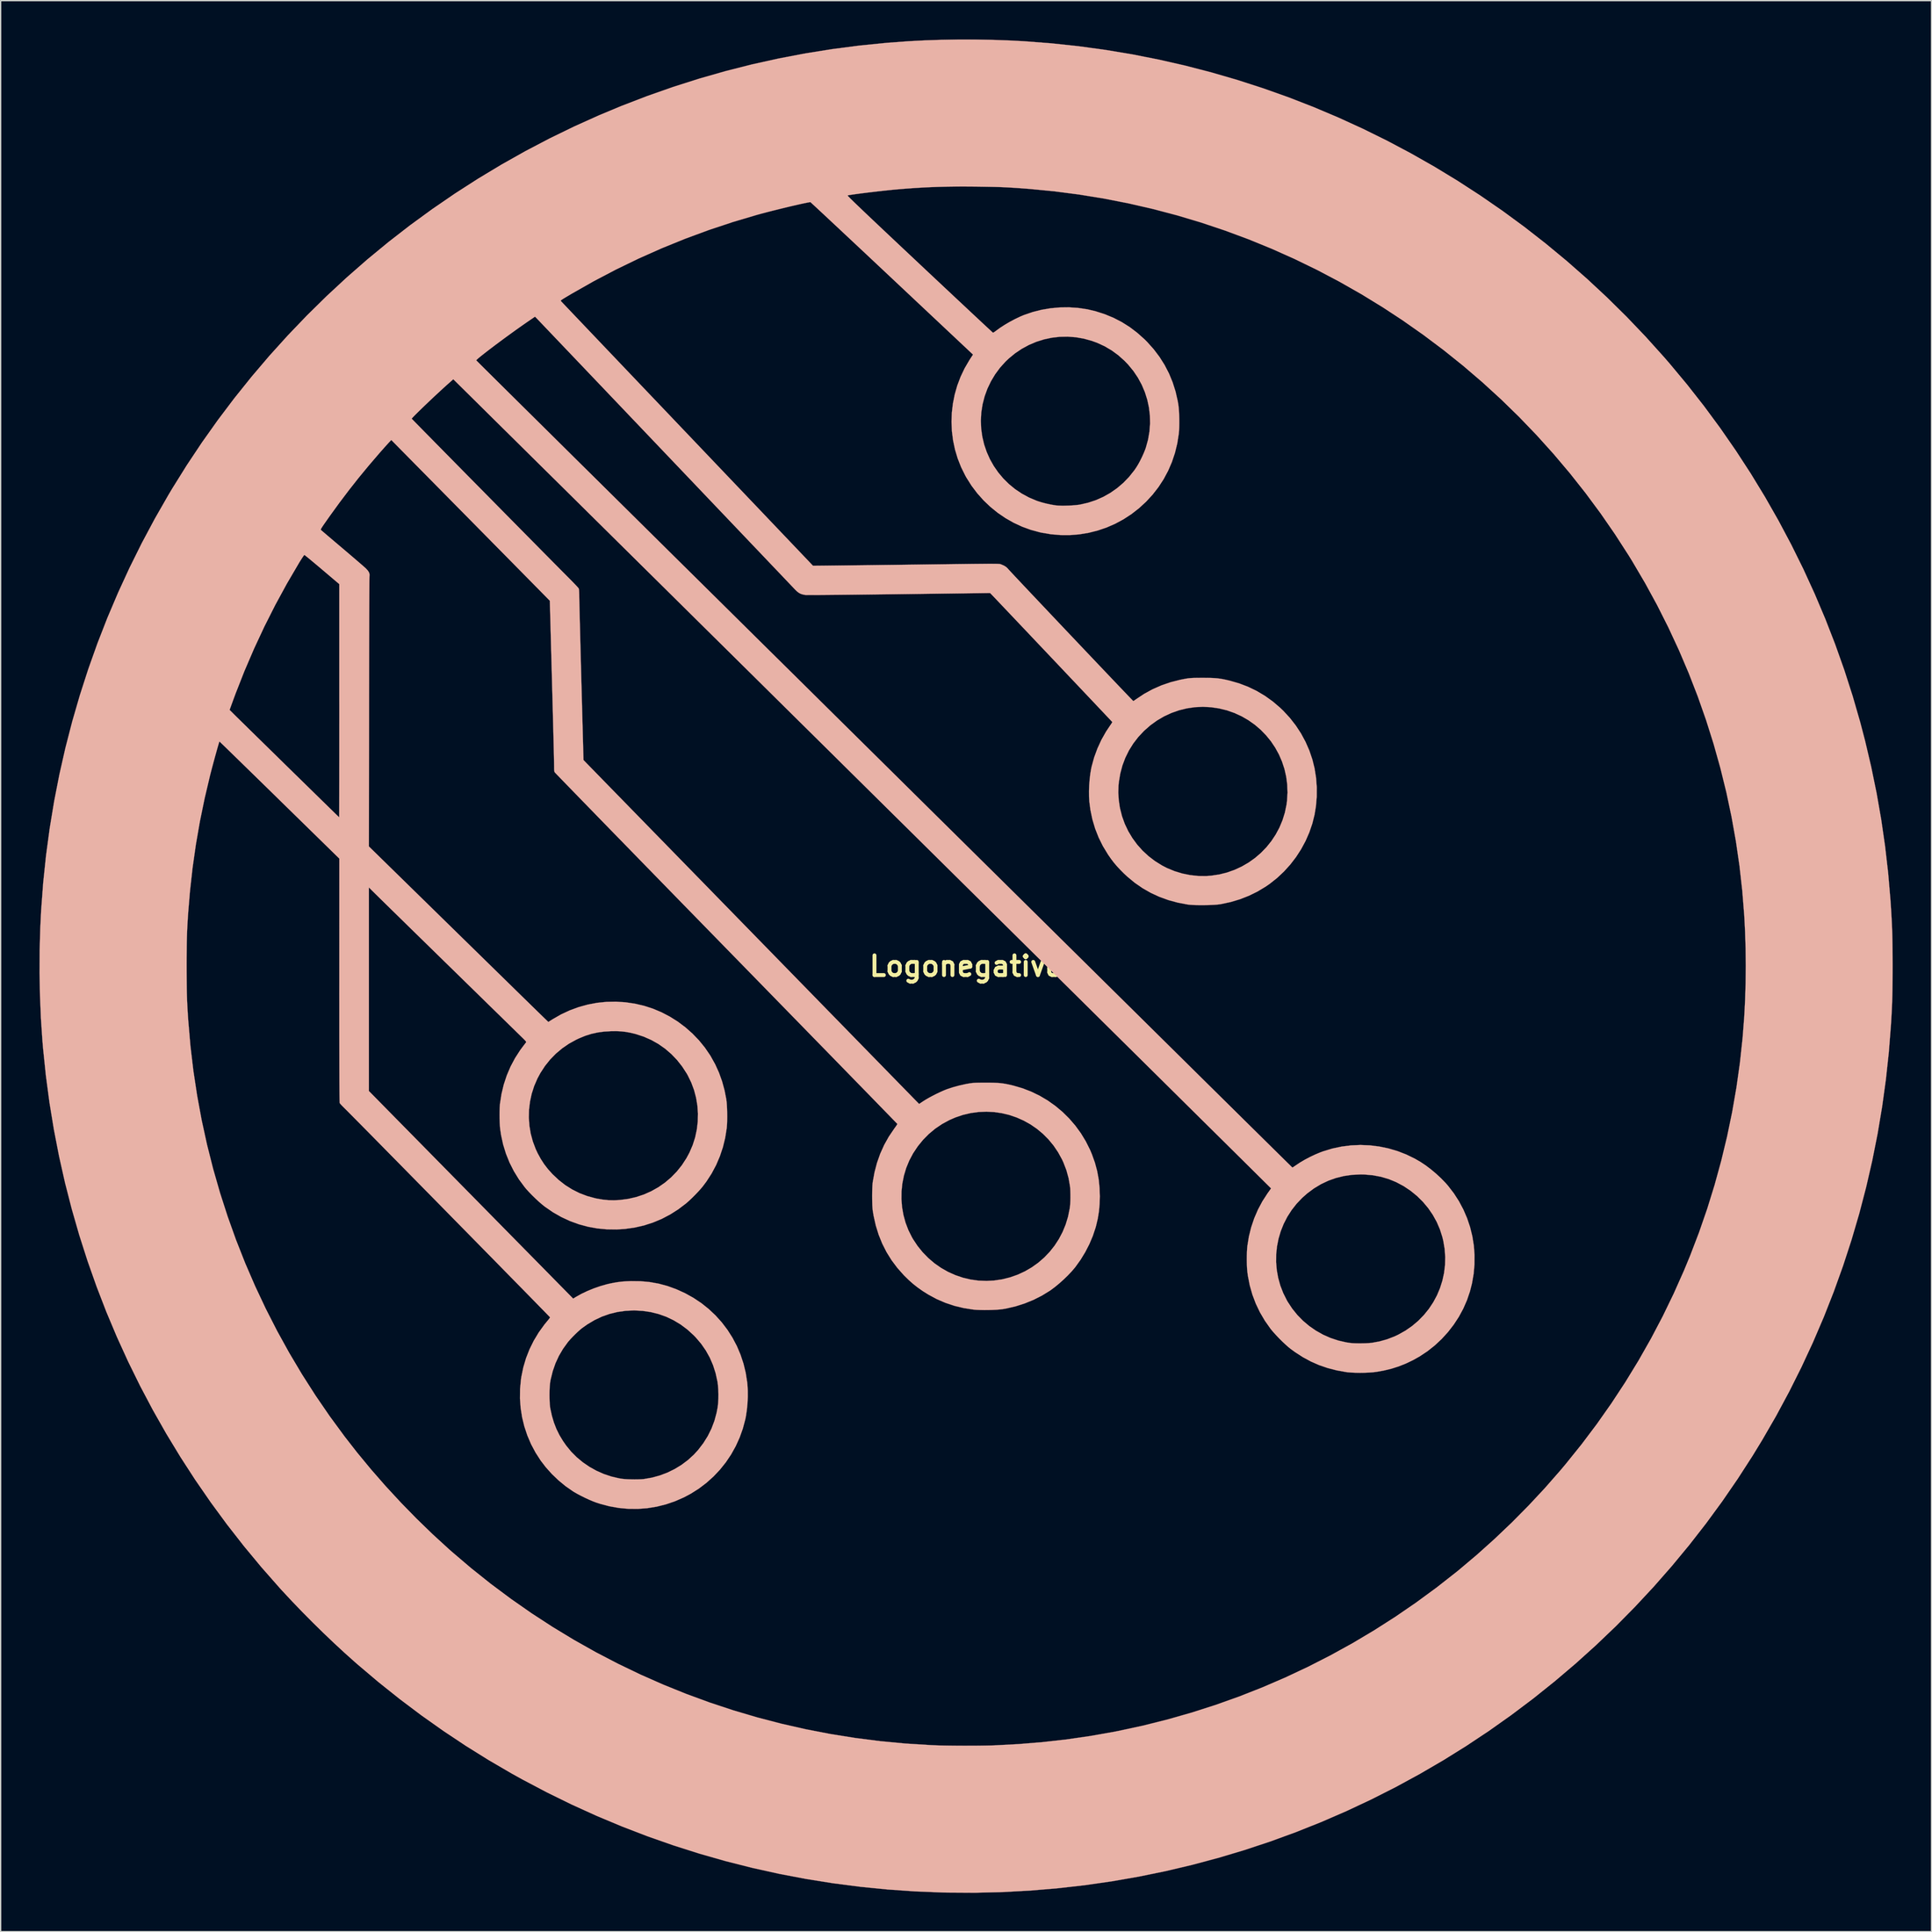
<source format=kicad_pcb>
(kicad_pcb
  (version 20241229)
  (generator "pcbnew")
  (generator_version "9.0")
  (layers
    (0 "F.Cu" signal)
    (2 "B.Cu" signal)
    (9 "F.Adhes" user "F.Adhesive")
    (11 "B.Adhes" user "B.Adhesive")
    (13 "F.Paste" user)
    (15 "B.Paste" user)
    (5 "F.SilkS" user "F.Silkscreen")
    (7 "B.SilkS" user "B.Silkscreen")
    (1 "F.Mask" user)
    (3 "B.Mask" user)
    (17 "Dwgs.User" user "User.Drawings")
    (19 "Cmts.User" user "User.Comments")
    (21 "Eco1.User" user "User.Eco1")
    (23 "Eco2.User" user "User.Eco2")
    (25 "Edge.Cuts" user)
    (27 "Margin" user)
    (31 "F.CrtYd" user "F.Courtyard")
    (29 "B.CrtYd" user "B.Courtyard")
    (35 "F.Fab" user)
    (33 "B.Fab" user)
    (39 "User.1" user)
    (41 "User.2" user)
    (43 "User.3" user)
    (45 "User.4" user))
  (footprint "Logonegative"
    (layer "F.Cu")
    (at 71.58 71.586)
    (property "Reference" "Logonegative" (at 0 0 0) (layer "F.SilkS") (effects (font (size 1.524 1.524) (thickness 0.3))))
    (attr through_hole)
    (fp_poly (pts (xy 0.751 -71.579) (xy 2.076 -71.555) (xy 3.381 -71.509) (xy 4.461 -71.452) (xy 6.572 -71.291) (xy 8.672 -71.068) (xy 10.759 -70.783) (xy 12.832 -70.438) (xy 14.889 -70.032) (xy 16.931 -69.567) (xy 18.954 -69.042) (xy 20.959 -68.459) (xy 22.944 -67.818) (xy 24.908 -67.12) (xy 26.849 -66.365) (xy 28.767 -65.553) (xy 30.661 -64.686) (xy 32.528 -63.765) (xy 34.369 -62.788) (xy 36.182 -61.758) (xy 37.965 -60.674) (xy 39.718 -59.538) (xy 41.439 -58.35) (xy 43.128 -57.11) (xy 44.782 -55.819) (xy 46.401 -54.478) (xy 47.984 -53.087) (xy 49.53 -51.647) (xy 51.037 -50.159) (xy 52.504 -48.622) (xy 53.93 -47.038) (xy 54.343 -46.561) (xy 55.699 -44.934) (xy 57.005 -43.27) (xy 58.26 -41.568) (xy 59.463 -39.832) (xy 60.614 -38.063) (xy 61.712 -36.261) (xy 62.756 -34.43) (xy 63.745 -32.569) (xy 64.679 -30.68) (xy 65.556 -28.766) (xy 66.376 -26.828) (xy 67.139 -24.866) (xy 67.843 -22.883) (xy 68.487 -20.88) (xy 69.071 -18.859) (xy 69.449 -17.415) (xy 69.927 -15.382) (xy 70.343 -13.352) (xy 70.699 -11.318) (xy 70.994 -9.276) (xy 71.231 -7.22) (xy 71.409 -5.142) (xy 71.452 -4.508) (xy 71.479 -4.062) (xy 71.502 -3.646) (xy 71.522 -3.251) (xy 71.538 -2.866) (xy 71.551 -2.481) (xy 71.561 -2.087) (xy 71.568 -1.673) (xy 71.573 -1.229) (xy 71.576 -0.746) (xy 71.578 -0.213) (xy 71.578 0) (xy 71.577 0.554) (xy 71.575 1.054) (xy 71.57 1.512) (xy 71.564 1.935) (xy 71.555 2.336) (xy 71.543 2.723) (xy 71.528 3.106) (xy 71.51 3.497) (xy 71.488 3.904) (xy 71.462 4.338) (xy 71.452 4.508) (xy 71.286 6.638) (xy 71.058 8.755) (xy 70.768 10.86) (xy 70.417 12.95) (xy 70.004 15.026) (xy 69.53 17.086) (xy 68.996 19.13) (xy 68.401 21.155) (xy 67.746 23.162) (xy 67.032 25.149) (xy 66.258 27.115) (xy 65.425 29.059) (xy 64.533 30.981) (xy 63.583 32.879) (xy 62.575 34.753) (xy 61.508 36.6) (xy 60.763 37.822) (xy 59.615 39.601) (xy 58.416 41.345) (xy 57.165 43.053) (xy 55.864 44.723) (xy 54.514 46.354) (xy 53.118 47.945) (xy 51.675 49.494) (xy 50.188 51.001) (xy 48.657 52.464) (xy 47.084 53.882) (xy 45.47 55.253) (xy 43.818 56.576) (xy 42.126 57.85) (xy 40.399 59.074) (xy 38.635 60.246) (xy 36.894 61.331) (xy 35.053 62.404) (xy 33.187 63.42) (xy 31.295 64.377) (xy 29.38 65.276) (xy 27.442 66.117) (xy 25.482 66.899) (xy 23.502 67.622) (xy 21.503 68.285) (xy 19.486 68.889) (xy 17.451 69.432) (xy 15.401 69.916) (xy 13.337 70.338) (xy 11.258 70.7) (xy 9.168 71) (xy 7.066 71.238) (xy 4.954 71.415) (xy 2.834 71.53) (xy 0.705 71.582) (xy -1.429 71.571) (xy -1.81 71.563) (xy -3.944 71.478) (xy -6.068 71.33) (xy -8.181 71.12) (xy -10.283 70.848) (xy -12.373 70.514) (xy -14.449 70.119) (xy -16.511 69.662) (xy -18.558 69.144) (xy -20.589 68.565) (xy -22.602 67.925) (xy -24.598 67.225) (xy -26.575 66.465) (xy -28.532 65.646) (xy -30.469 64.766) (xy -32.384 63.827) (xy -34.276 62.829) (xy -35.115 62.364) (xy -36.893 61.326) (xy -38.649 60.231) (xy -40.381 59.078) (xy -42.085 57.872) (xy -43.759 56.612) (xy -45.4 55.303) (xy -47.004 53.945) (xy -47.212 53.763) (xy -48.006 53.053) (xy -48.821 52.299) (xy -49.646 51.513) (xy -50.468 50.707) (xy -51.276 49.891) (xy -52.06 49.076) (xy -52.807 48.275) (xy -53.024 48.037) (xy -54.433 46.436) (xy -55.79 44.8) (xy -57.095 43.129) (xy -58.347 41.424) (xy -59.547 39.686) (xy -60.692 37.917) (xy -61.784 36.118) (xy -62.821 34.29) (xy -63.802 32.435) (xy -64.728 30.553) (xy -65.598 28.645) (xy -66.411 26.714) (xy -67.166 24.759) (xy -67.864 22.783) (xy -68.504 20.786) (xy -69.084 18.77) (xy -69.606 16.736) (xy -70.067 14.684) (xy -70.468 12.617) (xy -70.809 10.536) (xy -71.087 8.441) (xy -71.304 6.334) (xy -71.357 5.699) (xy -71.47 4.002) (xy -71.542 2.272) (xy -71.575 0.525) (xy -71.572 0.016) (xy -60.213 0.016) (xy -60.212 0.509) (xy -60.21 0.947) (xy -60.208 1.341) (xy -60.203 1.697) (xy -60.197 2.027) (xy -60.188 2.339) (xy -60.178 2.641) (xy -60.164 2.943) (xy -60.148 3.254) (xy -60.128 3.584) (xy -60.105 3.94) (xy -60.085 4.223) (xy -59.919 6.159) (xy -59.691 8.086) (xy -59.401 10) (xy -59.05 11.9) (xy -58.638 13.786) (xy -58.166 15.656) (xy -57.634 17.509) (xy -57.043 19.342) (xy -56.394 21.156) (xy -55.687 22.947) (xy -54.922 24.716) (xy -54.101 26.46) (xy -53.223 28.179) (xy -52.289 29.871) (xy -51.3 31.534) (xy -50.256 33.167) (xy -49.158 34.769) (xy -48.006 36.338) (xy -47.041 37.576) (xy -45.964 38.88) (xy -44.834 40.173) (xy -43.66 41.443) (xy -42.451 42.681) (xy -41.217 43.878) (xy -39.967 45.023) (xy -39.734 45.229) (xy -38.242 46.5) (xy -36.716 47.718) (xy -35.155 48.882) (xy -33.563 49.993) (xy -31.939 51.049) (xy -30.286 52.051) (xy -28.604 52.998) (xy -26.894 53.888) (xy -25.159 54.723) (xy -23.398 55.501) (xy -21.614 56.222) (xy -19.808 56.885) (xy -17.98 57.49) (xy -16.133 58.036) (xy -14.267 58.523) (xy -12.383 58.951) (xy -10.483 59.318) (xy -8.569 59.624) (xy -6.64 59.87) (xy -4.699 60.054) (xy -2.747 60.175) (xy -2.27 60.196) (xy -2.004 60.204) (xy -1.685 60.211) (xy -1.324 60.216) (xy -0.931 60.22) (xy -0.516 60.223) (xy -0.091 60.224) (xy 0.336 60.223) (xy 0.752 60.222) (xy 1.149 60.218) (xy 1.515 60.213) (xy 1.84 60.207) (xy 2.114 60.199) (xy 2.159 60.198) (xy 4.054 60.098) (xy 5.919 59.945) (xy 7.76 59.738) (xy 9.58 59.475) (xy 11.384 59.157) (xy 11.763 59.083) (xy 13.668 58.672) (xy 15.554 58.199) (xy 17.421 57.667) (xy 19.268 57.075) (xy 21.093 56.425) (xy 22.894 55.716) (xy 24.672 54.949) (xy 26.425 54.125) (xy 28.151 53.244) (xy 29.849 52.308) (xy 31.518 51.315) (xy 33.157 50.268) (xy 34.765 49.166) (xy 36.341 48.011) (xy 37.882 46.802) (xy 38.084 46.638) (xy 39.471 45.467) (xy 40.835 44.243) (xy 42.168 42.973) (xy 43.464 41.663) (xy 44.715 40.321) (xy 45.914 38.953) (xy 46.315 38.475) (xy 47.549 36.942) (xy 48.729 35.375) (xy 49.855 33.774) (xy 50.928 32.141) (xy 51.946 30.476) (xy 52.909 28.78) (xy 53.816 27.055) (xy 54.666 25.3) (xy 55.46 23.518) (xy 55.936 22.368) (xy 56.624 20.572) (xy 57.254 18.751) (xy 57.825 16.909) (xy 58.337 15.047) (xy 58.79 13.169) (xy 59.182 11.278) (xy 59.513 9.376) (xy 59.782 7.465) (xy 59.989 5.549) (xy 60.117 3.889) (xy 60.183 2.616) (xy 60.222 1.304) (xy 60.235 -0.027) (xy 60.221 -1.359) (xy 60.181 -2.672) (xy 60.118 -3.889) (xy 59.965 -5.818) (xy 59.749 -7.739) (xy 59.472 -9.65) (xy 59.132 -11.55) (xy 58.732 -13.438) (xy 58.27 -15.311) (xy 57.749 -17.168) (xy 57.168 -19.008) (xy 56.528 -20.829) (xy 55.829 -22.629) (xy 55.072 -24.407) (xy 54.257 -26.162) (xy 53.386 -27.891) (xy 52.457 -29.594) (xy 51.472 -31.268) (xy 51.195 -31.718) (xy 50.131 -33.368) (xy 49.017 -34.98) (xy 47.853 -36.552) (xy 46.641 -38.084) (xy 45.381 -39.575) (xy 44.075 -41.024) (xy 42.724 -42.429) (xy 41.328 -43.79) (xy 39.888 -45.106) (xy 38.406 -46.376) (xy 36.883 -47.598) (xy 35.318 -48.772) (xy 33.715 -49.897) (xy 32.21 -50.885) (xy 30.545 -51.906) (xy 28.851 -52.87) (xy 27.132 -53.777) (xy 25.386 -54.626) (xy 23.617 -55.417) (xy 21.825 -56.15) (xy 20.011 -56.823) (xy 18.177 -57.438) (xy 16.324 -57.993) (xy 14.453 -58.487) (xy 12.565 -58.921) (xy 10.663 -59.294) (xy 8.745 -59.606) (xy 6.816 -59.856) (xy 4.874 -60.044) (xy 4.318 -60.086) (xy 3.97 -60.111) (xy 3.655 -60.131) (xy 3.364 -60.149) (xy 3.086 -60.164) (xy 2.813 -60.176) (xy 2.535 -60.187) (xy 2.243 -60.195) (xy 1.928 -60.202) (xy 1.579 -60.208) (xy 1.187 -60.214) (xy 0.744 -60.219) (xy 0.635 -60.22) (xy -0.116 -60.224) (xy -0.816 -60.223) (xy -1.478 -60.215) (xy -2.112 -60.2) (xy -2.733 -60.178) (xy -3.352 -60.148) (xy -3.98 -60.11) (xy -4.632 -60.063) (xy -5.144 -60.022) (xy -5.391 -60) (xy -5.67 -59.974) (xy -5.972 -59.943) (xy -6.293 -59.909) (xy -6.625 -59.872) (xy -6.961 -59.834) (xy -7.296 -59.795) (xy -7.623 -59.756) (xy -7.935 -59.717) (xy -8.225 -59.68) (xy -8.488 -59.645) (xy -8.717 -59.613) (xy -8.905 -59.585) (xy -9.045 -59.562) (xy -9.132 -59.544) (xy -9.152 -59.538) (xy -9.149 -59.527) (xy -9.126 -59.498) (xy -9.083 -59.45) (xy -9.017 -59.381) (xy -8.928 -59.291) (xy -8.813 -59.178) (xy -8.672 -59.04) (xy -8.503 -58.877) (xy -8.304 -58.687) (xy -8.075 -58.468) (xy -7.814 -58.219) (xy -7.52 -57.94) (xy -7.19 -57.628) (xy -6.825 -57.282) (xy -6.422 -56.902) (xy -5.98 -56.485) (xy -5.497 -56.03) (xy -4.973 -55.537) (xy -4.405 -55.003) (xy -3.793 -54.428) (xy -3.582 -54.229) (xy -3.075 -53.752) (xy -2.579 -53.287) (xy -2.098 -52.836) (xy -1.633 -52.399) (xy -1.186 -51.98) (xy -0.759 -51.579) (xy -0.353 -51.2) (xy 0.028 -50.843) (xy 0.383 -50.51) (xy 0.71 -50.204) (xy 1.007 -49.927) (xy 1.272 -49.679) (xy 1.503 -49.464) (xy 1.698 -49.283) (xy 1.855 -49.137) (xy 1.972 -49.029) (xy 2.047 -48.961) (xy 2.078 -48.934) (xy 2.079 -48.934) (xy 2.119 -48.948) (xy 2.193 -48.993) (xy 2.286 -49.061) (xy 2.303 -49.073) (xy 2.623 -49.307) (xy 2.988 -49.544) (xy 3.382 -49.775) (xy 3.788 -49.991) (xy 4.189 -50.181) (xy 4.477 -50.302) (xy 5.142 -50.53) (xy 5.83 -50.704) (xy 6.534 -50.823) (xy 7.248 -50.887) (xy 7.963 -50.895) (xy 8.672 -50.847) (xy 9.368 -50.743) (xy 10.001 -50.593) (xy 10.716 -50.363) (xy 11.393 -50.083) (xy 12.034 -49.752) (xy 12.643 -49.368) (xy 13.223 -48.928) (xy 13.778 -48.432) (xy 13.989 -48.222) (xy 14.493 -47.659) (xy 14.943 -47.065) (xy 15.338 -46.439) (xy 15.677 -45.784) (xy 15.959 -45.1) (xy 16.184 -44.389) (xy 16.352 -43.651) (xy 16.4 -43.37) (xy 16.427 -43.146) (xy 16.448 -42.874) (xy 16.463 -42.57) (xy 16.471 -42.249) (xy 16.472 -41.928) (xy 16.466 -41.621) (xy 16.453 -41.345) (xy 16.434 -41.132) (xy 16.316 -40.382) (xy 16.139 -39.654) (xy 15.904 -38.95) (xy 15.612 -38.273) (xy 15.265 -37.624) (xy 14.862 -37.005) (xy 14.405 -36.419) (xy 13.906 -35.878) (xy 13.356 -35.372) (xy 12.773 -34.919) (xy 12.159 -34.519) (xy 11.519 -34.174) (xy 10.854 -33.884) (xy 10.169 -33.651) (xy 9.467 -33.475) (xy 8.751 -33.357) (xy 8.025 -33.299) (xy 7.292 -33.301) (xy 6.554 -33.364) (xy 5.816 -33.489) (xy 5.702 -33.514) (xy 5.003 -33.704) (xy 4.324 -33.952) (xy 3.668 -34.257) (xy 3.04 -34.615) (xy 2.441 -35.024) (xy 1.877 -35.482) (xy 1.35 -35.985) (xy 0.864 -36.53) (xy 0.421 -37.117) (xy 0.027 -37.741) (xy -0.059 -37.894) (xy -0.382 -38.546) (xy -0.647 -39.219) (xy -0.854 -39.908) (xy -1.002 -40.61) (xy -1.092 -41.319) (xy -1.124 -42.033) (xy -1.121 -42.134) (xy 1.142 -42.134) (xy 1.169 -41.508) (xy 1.255 -40.895) (xy 1.397 -40.297) (xy 1.594 -39.719) (xy 1.842 -39.163) (xy 2.141 -38.634) (xy 2.487 -38.135) (xy 2.879 -37.668) (xy 3.314 -37.239) (xy 3.79 -36.849) (xy 4.305 -36.504) (xy 4.856 -36.205) (xy 5.442 -35.957) (xy 5.571 -35.911) (xy 5.861 -35.821) (xy 6.188 -35.736) (xy 6.524 -35.663) (xy 6.842 -35.608) (xy 6.953 -35.593) (xy 7.146 -35.578) (xy 7.385 -35.57) (xy 7.655 -35.571) (xy 7.939 -35.579) (xy 8.22 -35.594) (xy 8.483 -35.615) (xy 8.711 -35.642) (xy 8.795 -35.656) (xy 9.42 -35.797) (xy 10.023 -35.996) (xy 10.601 -36.252) (xy 11.151 -36.562) (xy 11.668 -36.924) (xy 12.15 -37.336) (xy 12.594 -37.795) (xy 12.995 -38.299) (xy 13.153 -38.529) (xy 13.292 -38.755) (xy 13.438 -39.022) (xy 13.582 -39.312) (xy 13.715 -39.604) (xy 13.827 -39.878) (xy 13.89 -40.053) (xy 14.06 -40.669) (xy 14.167 -41.292) (xy 14.215 -41.915) (xy 14.202 -42.536) (xy 14.13 -43.15) (xy 14.001 -43.754) (xy 13.814 -44.344) (xy 13.572 -44.914) (xy 13.274 -45.463) (xy 12.923 -45.984) (xy 12.518 -46.476) (xy 12.232 -46.772) (xy 11.751 -47.201) (xy 11.242 -47.572) (xy 10.704 -47.888) (xy 10.132 -48.152) (xy 9.712 -48.305) (xy 9.097 -48.475) (xy 8.476 -48.583) (xy 7.854 -48.63) (xy 7.233 -48.618) (xy 6.619 -48.546) (xy 6.015 -48.417) (xy 5.426 -48.231) (xy 4.855 -47.989) (xy 4.307 -47.692) (xy 3.785 -47.341) (xy 3.294 -46.937) (xy 3.042 -46.697) (xy 2.619 -46.227) (xy 2.244 -45.718) (xy 1.92 -45.177) (xy 1.648 -44.608) (xy 1.433 -44.016) (xy 1.275 -43.406) (xy 1.178 -42.785) (xy 1.176 -42.768) (xy 1.142 -42.134) (xy -1.121 -42.134) (xy -1.099 -42.747) (xy -1.016 -43.458) (xy -0.876 -44.16) (xy -0.679 -44.851) (xy -0.424 -45.525) (xy -0.113 -46.18) (xy 0.255 -46.811) (xy 0.303 -46.886) (xy 0.538 -47.243) (xy -5.721 -53.125) (xy -6.256 -53.628) (xy -6.78 -54.12) (xy -7.289 -54.598) (xy -7.783 -55.062) (xy -8.26 -55.509) (xy -8.717 -55.937) (xy -9.152 -56.345) (xy -9.565 -56.731) (xy -9.952 -57.094) (xy -10.312 -57.43) (xy -10.643 -57.74) (xy -10.943 -58.02) (xy -11.21 -58.269) (xy -11.443 -58.486) (xy -11.639 -58.668) (xy -11.797 -58.814) (xy -11.915 -58.922) (xy -11.99 -58.991) (xy -12.021 -59.017) (xy -12.021 -59.017) (xy -12.073 -59.015) (xy -12.181 -58.998) (xy -12.338 -58.968) (xy -12.538 -58.927) (xy -12.776 -58.875) (xy -13.046 -58.814) (xy -13.342 -58.746) (xy -13.657 -58.672) (xy -13.987 -58.593) (xy -14.324 -58.511) (xy -14.663 -58.427) (xy -14.998 -58.343) (xy -15.323 -58.259) (xy -15.632 -58.179) (xy -15.919 -58.102) (xy -16.13 -58.044) (xy -18.009 -57.486) (xy -19.863 -56.87) (xy -21.693 -56.195) (xy -23.497 -55.462) (xy -25.276 -54.671) (xy -27.03 -53.822) (xy -28.758 -52.915) (xy -30.46 -51.949) (xy -30.806 -51.744) (xy -30.989 -51.635) (xy -31.123 -51.553) (xy -31.215 -51.493) (xy -31.272 -51.45) (xy -31.3 -51.42) (xy -31.305 -51.396) (xy -31.293 -51.374) (xy -31.282 -51.361) (xy -31.257 -51.334) (xy -31.189 -51.262) (xy -31.08 -51.147) (xy -30.932 -50.991) (xy -30.745 -50.795) (xy -30.522 -50.56) (xy -30.263 -50.288) (xy -29.97 -49.98) (xy -29.645 -49.639) (xy -29.288 -49.264) (xy -28.902 -48.858) (xy -28.487 -48.423) (xy -28.046 -47.959) (xy -27.579 -47.469) (xy -27.087 -46.953) (xy -26.573 -46.413) (xy -26.038 -45.851) (xy -25.483 -45.268) (xy -24.909 -44.666) (xy -24.318 -44.045) (xy -23.711 -43.409) (xy -23.09 -42.757) (xy -22.456 -42.091) (xy -21.811 -41.414) (xy -21.529 -41.118) (xy -20.88 -40.437) (xy -20.242 -39.767) (xy -19.616 -39.11) (xy -19.004 -38.467) (xy -18.407 -37.841) (xy -17.827 -37.232) (xy -17.265 -36.643) (xy -16.723 -36.073) (xy -16.201 -35.526) (xy -15.702 -35.002) (xy -15.226 -34.502) (xy -14.776 -34.029) (xy -14.352 -33.584) (xy -13.955 -33.168) (xy -13.588 -32.782) (xy -13.252 -32.429) (xy -12.947 -32.11) (xy -12.676 -31.825) (xy -12.44 -31.577) (xy -12.24 -31.367) (xy -12.078 -31.196) (xy -11.955 -31.067) (xy -11.872 -30.979) (xy -11.83 -30.936) (xy -11.826 -30.931) (xy -11.794 -30.931) (xy -11.701 -30.931) (xy -11.551 -30.932) (xy -11.347 -30.934) (xy -11.091 -30.936) (xy -10.786 -30.939) (xy -10.435 -30.943) (xy -10.042 -30.947) (xy -9.609 -30.952) (xy -9.139 -30.957) (xy -8.636 -30.963) (xy -8.102 -30.969) (xy -7.539 -30.975) (xy -6.952 -30.982) (xy -6.343 -30.99) (xy -5.715 -30.997) (xy -5.298 -31.002) (xy -4.465 -31.013) (xy -3.693 -31.022) (xy -2.98 -31.031) (xy -2.323 -31.039) (xy -1.72 -31.046) (xy -1.168 -31.053) (xy -0.666 -31.059) (xy -0.211 -31.064) (xy 0.2 -31.069) (xy 0.569 -31.073) (xy 0.898 -31.076) (xy 1.189 -31.078) (xy 1.446 -31.08) (xy 1.67 -31.082) (xy 1.863 -31.082) (xy 2.029 -31.082) (xy 2.17 -31.081) (xy 2.287 -31.08) (xy 2.384 -31.078) (xy 2.462 -31.076) (xy 2.524 -31.072) (xy 2.573 -31.069) (xy 2.61 -31.064) (xy 2.639 -31.059) (xy 2.661 -31.054) (xy 2.679 -31.048) (xy 2.696 -31.041) (xy 2.713 -31.034) (xy 2.733 -31.026) (xy 2.734 -31.026) (xy 2.938 -30.936) (xy 3.109 -30.827) (xy 3.233 -30.707) (xy 3.252 -30.681) (xy 3.28 -30.648) (xy 3.349 -30.573) (xy 3.457 -30.457) (xy 3.601 -30.303) (xy 3.778 -30.113) (xy 3.987 -29.891) (xy 4.225 -29.638) (xy 4.489 -29.357) (xy 4.778 -29.051) (xy 5.088 -28.723) (xy 5.418 -28.374) (xy 5.764 -28.007) (xy 6.126 -27.625) (xy 6.499 -27.23) (xy 6.882 -26.825) (xy 7.272 -26.413) (xy 7.667 -25.996) (xy 8.065 -25.576) (xy 8.463 -25.156) (xy 8.859 -24.739) (xy 9.25 -24.326) (xy 9.634 -23.922) (xy 10.008 -23.528) (xy 10.371 -23.146) (xy 10.719 -22.779) (xy 11.05 -22.431) (xy 11.363 -22.102) (xy 11.653 -21.797) (xy 11.92 -21.517) (xy 12.161 -21.265) (xy 12.373 -21.043) (xy 12.554 -20.854) (xy 12.701 -20.701) (xy 12.813 -20.586) (xy 12.886 -20.511) (xy 12.918 -20.48) (xy 12.92 -20.479) (xy 12.954 -20.496) (xy 13.025 -20.542) (xy 13.119 -20.608) (xy 13.136 -20.621) (xy 13.754 -21.031) (xy 14.403 -21.386) (xy 15.084 -21.687) (xy 15.797 -21.932) (xy 16.542 -22.122) (xy 16.939 -22.199) (xy 17.07 -22.221) (xy 17.192 -22.238) (xy 17.315 -22.25) (xy 17.451 -22.259) (xy 17.61 -22.266) (xy 17.802 -22.269) (xy 18.038 -22.271) (xy 18.272 -22.272) (xy 18.614 -22.27) (xy 18.906 -22.265) (xy 19.16 -22.254) (xy 19.388 -22.236) (xy 19.604 -22.21) (xy 19.821 -22.174) (xy 20.051 -22.127) (xy 20.306 -22.068) (xy 20.384 -22.049) (xy 21.105 -21.84) (xy 21.798 -21.575) (xy 22.462 -21.253) (xy 23.095 -20.876) (xy 23.697 -20.444) (xy 24.267 -19.957) (xy 24.514 -19.719) (xy 25.019 -19.171) (xy 25.474 -18.587) (xy 25.877 -17.971) (xy 26.225 -17.326) (xy 26.518 -16.657) (xy 26.752 -15.967) (xy 26.923 -15.278) (xy 27.037 -14.558) (xy 27.093 -13.825) (xy 27.09 -13.087) (xy 27.028 -12.354) (xy 26.923 -11.709) (xy 26.749 -11.011) (xy 26.515 -10.329) (xy 26.225 -9.667) (xy 25.881 -9.03) (xy 25.487 -8.421) (xy 25.044 -7.846) (xy 24.556 -7.307) (xy 24.027 -6.81) (xy 23.457 -6.359) (xy 23.157 -6.151) (xy 22.525 -5.77) (xy 21.86 -5.443) (xy 21.168 -5.17) (xy 20.452 -4.955) (xy 19.717 -4.798) (xy 19.574 -4.774) (xy 19.401 -4.754) (xy 19.178 -4.737) (xy 18.919 -4.725) (xy 18.636 -4.717) (xy 18.341 -4.713) (xy 18.047 -4.713) (xy 17.766 -4.717) (xy 17.511 -4.726) (xy 17.295 -4.74) (xy 17.129 -4.758) (xy 16.364 -4.903) (xy 15.633 -5.101) (xy 14.934 -5.355) (xy 14.268 -5.662) (xy 13.634 -6.024) (xy 13.031 -6.441) (xy 12.459 -6.914) (xy 12.2 -7.155) (xy 11.908 -7.448) (xy 11.654 -7.721) (xy 11.425 -7.991) (xy 11.208 -8.275) (xy 10.989 -8.589) (xy 10.954 -8.643) (xy 10.569 -9.277) (xy 10.242 -9.939) (xy 9.971 -10.627) (xy 9.759 -11.338) (xy 9.606 -12.07) (xy 9.523 -12.714) (xy 9.499 -13.105) (xy 9.497 -13.407) (xy 11.76 -13.407) (xy 11.794 -12.845) (xy 11.877 -12.273) (xy 11.893 -12.192) (xy 12.048 -11.58) (xy 12.261 -10.989) (xy 12.529 -10.425) (xy 12.85 -9.89) (xy 13.22 -9.387) (xy 13.636 -8.921) (xy 14.097 -8.495) (xy 14.599 -8.112) (xy 15.139 -7.776) (xy 15.526 -7.577) (xy 16.1 -7.339) (xy 16.697 -7.157) (xy 17.31 -7.033) (xy 17.931 -6.966) (xy 18.552 -6.96) (xy 18.928 -6.987) (xy 19.555 -7.081) (xy 20.162 -7.232) (xy 20.745 -7.439) (xy 21.302 -7.697) (xy 21.83 -8.004) (xy 22.325 -8.356) (xy 22.785 -8.752) (xy 23.206 -9.187) (xy 23.585 -9.659) (xy 23.92 -10.165) (xy 24.208 -10.702) (xy 24.445 -11.267) (xy 24.628 -11.856) (xy 24.755 -12.468) (xy 24.795 -12.77) (xy 24.833 -13.406) (xy 24.811 -14.031) (xy 24.731 -14.641) (xy 24.596 -15.235) (xy 24.407 -15.808) (xy 24.168 -16.359) (xy 23.88 -16.883) (xy 23.548 -17.377) (xy 23.171 -17.839) (xy 22.755 -18.266) (xy 22.3 -18.654) (xy 21.809 -19.001) (xy 21.286 -19.303) (xy 20.731 -19.557) (xy 20.149 -19.761) (xy 19.541 -19.91) (xy 18.928 -20.001) (xy 18.297 -20.033) (xy 17.671 -20.004) (xy 17.053 -19.913) (xy 16.448 -19.764) (xy 15.859 -19.556) (xy 15.291 -19.293) (xy 14.748 -18.974) (xy 14.233 -18.602) (xy 13.752 -18.178) (xy 13.306 -17.704) (xy 12.916 -17.198) (xy 12.581 -16.661) (xy 12.302 -16.096) (xy 12.079 -15.502) (xy 11.913 -14.88) (xy 11.805 -14.233) (xy 11.776 -13.946) (xy 11.76 -13.407) (xy 9.497 -13.407) (xy 9.496 -13.534) (xy 9.513 -13.982) (xy 9.548 -14.433) (xy 9.599 -14.866) (xy 9.667 -15.263) (xy 9.7 -15.415) (xy 9.895 -16.124) (xy 10.149 -16.815) (xy 10.456 -17.482) (xy 10.814 -18.117) (xy 11.129 -18.589) (xy 11.204 -18.697) (xy 11.261 -18.786) (xy 11.293 -18.844) (xy 11.296 -18.858) (xy 11.274 -18.882) (xy 11.211 -18.95) (xy 11.109 -19.059) (xy 10.97 -19.206) (xy 10.798 -19.388) (xy 10.594 -19.604) (xy 10.361 -19.851) (xy 10.101 -20.126) (xy 9.818 -20.426) (xy 9.512 -20.749) (xy 9.187 -21.092) (xy 8.846 -21.453) (xy 8.49 -21.829) (xy 8.122 -22.218) (xy 7.744 -22.617) (xy 7.36 -23.023) (xy 6.97 -23.435) (xy 6.579 -23.848) (xy 6.188 -24.261) (xy 5.799 -24.671) (xy 5.415 -25.076) (xy 5.04 -25.473) (xy 4.674 -25.859) (xy 4.32 -26.232) (xy 3.981 -26.59) (xy 3.66 -26.929) (xy 3.358 -27.247) (xy 3.079 -27.541) (xy 2.824 -27.81) (xy 2.596 -28.05) (xy 2.398 -28.259) (xy 2.232 -28.434) (xy 2.1 -28.572) (xy 2.005 -28.672) (xy 1.949 -28.73) (xy 1.94 -28.739) (xy 1.857 -28.823) (xy -5.199 -28.735) (xy -5.952 -28.726) (xy -6.674 -28.718) (xy -7.364 -28.71) (xy -8.02 -28.703) (xy -8.64 -28.696) (xy -9.22 -28.69) (xy -9.76 -28.685) (xy -10.257 -28.681) (xy -10.708 -28.677) (xy -11.112 -28.674) (xy -11.467 -28.672) (xy -11.769 -28.671) (xy -12.018 -28.671) (xy -12.211 -28.671) (xy -12.345 -28.672) (xy -12.418 -28.674) (xy -12.43 -28.675) (xy -12.62 -28.712) (xy -12.776 -28.763) (xy -12.914 -28.836) (xy -13.051 -28.94) (xy -13.203 -29.085) (xy -13.256 -29.141) (xy -13.313 -29.201) (xy -13.411 -29.304) (xy -13.548 -29.448) (xy -13.723 -29.632) (xy -13.934 -29.854) (xy -14.179 -30.112) (xy -14.457 -30.403) (xy -14.766 -30.728) (xy -15.104 -31.082) (xy -15.469 -31.466) (xy -15.86 -31.877) (xy -16.276 -32.313) (xy -16.713 -32.772) (xy -17.171 -33.253) (xy -17.648 -33.754) (xy -18.143 -34.273) (xy -18.653 -34.809) (xy -19.177 -35.358) (xy -19.713 -35.921) (xy -20.26 -36.495) (xy -20.815 -37.078) (xy -21.377 -37.668) (xy -21.945 -38.264) (xy -22.517 -38.864) (xy -23.09 -39.466) (xy -23.664 -40.068) (xy -24.236 -40.669) (xy -24.805 -41.266) (xy -25.37 -41.859) (xy -25.928 -42.444) (xy -26.477 -43.021) (xy -27.017 -43.588) (xy -27.546 -44.142) (xy -28.06 -44.683) (xy -28.56 -45.207) (xy -29.044 -45.714) (xy -29.508 -46.202) (xy -29.953 -46.669) (xy -30.376 -47.112) (xy -30.775 -47.531) (xy -31.15 -47.924) (xy -31.497 -48.289) (xy -31.816 -48.623) (xy -32.104 -48.925) (xy -32.361 -49.194) (xy -32.583 -49.428) (xy -32.771 -49.625) (xy -32.921 -49.782) (xy -33.033 -49.899) (xy -33.104 -49.973) (xy -33.132 -50.003) (xy -33.3 -50.174) (xy -33.962 -49.72) (xy -34.235 -49.53) (xy -34.524 -49.327) (xy -34.824 -49.113) (xy -35.131 -48.892) (xy -35.441 -48.667) (xy -35.75 -48.441) (xy -36.053 -48.216) (xy -36.346 -47.998) (xy -36.625 -47.787) (xy -36.885 -47.589) (xy -37.123 -47.405) (xy -37.334 -47.24) (xy -37.514 -47.096) (xy -37.659 -46.976) (xy -37.764 -46.885) (xy -37.825 -46.824) (xy -37.84 -46.799) (xy -37.817 -46.775) (xy -37.749 -46.708) (xy -37.639 -46.598) (xy -37.487 -46.446) (xy -37.293 -46.253) (xy -37.059 -46.021) (xy -36.786 -45.75) (xy -36.475 -45.442) (xy -36.126 -45.096) (xy -35.741 -44.715) (xy -35.321 -44.298) (xy -34.866 -43.848) (xy -34.379 -43.365) (xy -33.859 -42.85) (xy -33.307 -42.304) (xy -32.725 -41.728) (xy -32.114 -41.123) (xy -31.475 -40.49) (xy -30.808 -39.83) (xy -30.115 -39.143) (xy -29.396 -38.432) (xy -28.653 -37.697) (xy -27.886 -36.938) (xy -27.097 -36.157) (xy -26.287 -35.355) (xy -25.456 -34.533) (xy -24.606 -33.691) (xy -23.737 -32.832) (xy -22.85 -31.954) (xy -21.947 -31.061) (xy -21.029 -30.152) (xy -20.096 -29.229) (xy -19.149 -28.293) (xy -18.19 -27.344) (xy -17.219 -26.383) (xy -16.238 -25.412) (xy -15.247 -24.432) (xy -14.247 -23.443) (xy -13.24 -22.447) (xy -12.226 -21.444) (xy -11.206 -20.435) (xy -10.182 -19.422) (xy -9.154 -18.405) (xy -8.123 -17.386) (xy -7.09 -16.364) (xy -6.057 -15.343) (xy -5.024 -14.321) (xy -3.993 -13.301) (xy -2.963 -12.282) (xy -1.937 -11.267) (xy -0.915 -10.257) (xy 0.102 -9.251) (xy 1.113 -8.251) (xy 2.117 -7.259) (xy 3.112 -6.275) (xy 4.099 -5.299) (xy 5.075 -4.334) (xy 6.04 -3.38) (xy 6.993 -2.437) (xy 7.933 -1.508) (xy 8.859 -0.593) (xy 9.77 0.308) (xy 10.664 1.193) (xy 11.542 2.06) (xy 12.402 2.91) (xy 13.243 3.741) (xy 14.064 4.553) (xy 14.863 5.343) (xy 15.641 6.112) (xy 16.396 6.858) (xy 17.127 7.581) (xy 17.833 8.279) (xy 18.513 8.951) (xy 19.167 9.596) (xy 19.792 10.214) (xy 20.389 10.804) (xy 20.955 11.363) (xy 21.491 11.893) (xy 21.995 12.391) (xy 22.466 12.856) (xy 22.904 13.288) (xy 23.306 13.685) (xy 23.673 14.047) (xy 24.003 14.373) (xy 24.296 14.661) (xy 24.549 14.911) (xy 24.763 15.122) (xy 24.937 15.292) (xy 25.068 15.422) (xy 25.157 15.508) (xy 25.202 15.552) (xy 25.208 15.557) (xy 25.245 15.54) (xy 25.32 15.493) (xy 25.421 15.425) (xy 25.477 15.386) (xy 25.802 15.169) (xy 26.173 14.951) (xy 26.572 14.741) (xy 26.98 14.548) (xy 27.381 14.381) (xy 27.591 14.304) (xy 28.298 14.09) (xy 29.016 13.938) (xy 29.741 13.847) (xy 30.469 13.816) (xy 31.196 13.845) (xy 31.917 13.934) (xy 32.63 14.081) (xy 33.33 14.288) (xy 34.012 14.552) (xy 34.673 14.875) (xy 35.115 15.131) (xy 35.507 15.392) (xy 35.911 15.698) (xy 36.311 16.034) (xy 36.691 16.386) (xy 37.037 16.742) (xy 37.226 16.958) (xy 37.68 17.547) (xy 38.078 18.165) (xy 38.421 18.811) (xy 38.708 19.479) (xy 38.939 20.166) (xy 39.111 20.87) (xy 39.226 21.586) (xy 39.281 22.31) (xy 39.276 23.041) (xy 39.211 23.773) (xy 39.085 24.503) (xy 38.928 25.123) (xy 38.697 25.802) (xy 38.409 26.46) (xy 38.066 27.093) (xy 37.671 27.697) (xy 37.228 28.269) (xy 36.741 28.804) (xy 36.212 29.298) (xy 35.644 29.748) (xy 35.041 30.149) (xy 34.529 30.436) (xy 33.97 30.703) (xy 33.417 30.923) (xy 32.853 31.102) (xy 32.262 31.244) (xy 31.718 31.341) (xy 31.447 31.374) (xy 31.132 31.398) (xy 30.791 31.412) (xy 30.438 31.417) (xy 30.091 31.412) (xy 29.767 31.398) (xy 29.48 31.374) (xy 29.353 31.358) (xy 28.62 31.225) (xy 27.927 31.046) (xy 27.267 30.819) (xy 26.633 30.54) (xy 26.017 30.206) (xy 25.412 29.815) (xy 25.067 29.563) (xy 24.879 29.411) (xy 24.665 29.22) (xy 24.434 29.002) (xy 24.2 28.769) (xy 23.972 28.531) (xy 23.762 28.301) (xy 23.583 28.09) (xy 23.515 28.003) (xy 23.081 27.387) (xy 22.703 26.743) (xy 22.382 26.072) (xy 22.12 25.378) (xy 21.916 24.663) (xy 21.773 23.93) (xy 21.732 23.626) (xy 21.709 23.367) (xy 21.694 23.063) (xy 21.69 22.871) (xy 23.952 22.871) (xy 24.003 23.478) (xy 24.111 24.081) (xy 24.277 24.676) (xy 24.502 25.258) (xy 24.785 25.823) (xy 24.845 25.927) (xy 25.194 26.457) (xy 25.59 26.947) (xy 26.029 27.396) (xy 26.509 27.801) (xy 27.025 28.158) (xy 27.571 28.466) (xy 28.146 28.721) (xy 28.743 28.921) (xy 29.36 29.062) (xy 29.673 29.11) (xy 29.853 29.127) (xy 30.079 29.137) (xy 30.334 29.142) (xy 30.602 29.14) (xy 30.865 29.134) (xy 31.106 29.121) (xy 31.309 29.104) (xy 31.348 29.099) (xy 31.94 28.991) (xy 32.528 28.826) (xy 33.098 28.606) (xy 33.383 28.472) (xy 33.943 28.158) (xy 34.461 27.798) (xy 34.936 27.396) (xy 35.367 26.955) (xy 35.752 26.479) (xy 36.089 25.972) (xy 36.377 25.437) (xy 36.613 24.878) (xy 36.797 24.299) (xy 36.927 23.703) (xy 37 23.095) (xy 37.016 22.477) (xy 36.973 21.853) (xy 36.868 21.227) (xy 36.796 20.927) (xy 36.605 20.329) (xy 36.356 19.753) (xy 36.052 19.205) (xy 35.696 18.687) (xy 35.291 18.204) (xy 34.84 17.759) (xy 34.345 17.355) (xy 33.81 16.997) (xy 33.786 16.983) (xy 33.23 16.687) (xy 32.652 16.45) (xy 32.053 16.273) (xy 31.433 16.156) (xy 30.79 16.098) (xy 30.48 16.092) (xy 29.827 16.122) (xy 29.193 16.213) (xy 28.579 16.364) (xy 27.988 16.573) (xy 27.42 16.842) (xy 26.877 17.169) (xy 26.36 17.553) (xy 25.971 17.897) (xy 25.533 18.356) (xy 25.147 18.848) (xy 24.814 19.369) (xy 24.534 19.915) (xy 24.308 20.482) (xy 24.136 21.065) (xy 24.019 21.66) (xy 23.957 22.263) (xy 23.952 22.871) (xy 21.69 22.871) (xy 21.687 22.735) (xy 21.689 22.4) (xy 21.698 22.078) (xy 21.716 21.787) (xy 21.732 21.618) (xy 21.848 20.893) (xy 22.025 20.179) (xy 22.26 19.482) (xy 22.551 18.807) (xy 22.896 18.161) (xy 23.293 17.548) (xy 23.358 17.458) (xy 23.44 17.344) (xy 23.506 17.25) (xy 23.548 17.187) (xy 23.558 17.166) (xy 23.536 17.143) (xy 23.469 17.077) (xy 23.359 16.967) (xy 23.207 16.816) (xy 23.012 16.623) (xy 22.777 16.39) (xy 22.502 16.117) (xy 22.187 15.805) (xy 21.835 15.456) (xy 21.445 15.07) (xy 21.018 14.647) (xy 20.556 14.19) (xy 20.059 13.697) (xy 19.528 13.172) (xy 18.964 12.613) (xy 18.367 12.023) (xy 17.739 11.401) (xy 17.081 10.75) (xy 16.393 10.069) (xy 15.676 9.359) (xy 14.932 8.622) (xy 14.16 7.858) (xy 13.362 7.068) (xy 12.539 6.254) (xy 11.691 5.415) (xy 10.819 4.552) (xy 9.925 3.667) (xy 9.009 2.76) (xy 8.072 1.833) (xy 7.114 0.886) (xy 6.138 -0.081) (xy 5.142 -1.066) (xy 4.129 -2.068) (xy 3.1 -3.087) (xy 2.054 -4.121) (xy 0.994 -5.171) (xy -0.081 -6.234) (xy -1.169 -7.311) (xy -2.269 -8.4) (xy -3.382 -9.5) (xy -4.504 -10.611) (xy -5.637 -11.731) (xy -6.779 -12.861) (xy -7.929 -13.999) (xy -9.086 -15.143) (xy -10.249 -16.295) (xy -11.418 -17.451) (xy -12.592 -18.612) (xy -13.77 -19.778) (xy -14.951 -20.946) (xy -16.133 -22.116) (xy -17.317 -23.287) (xy -18.502 -24.459) (xy -19.686 -25.63) (xy -20.869 -26.8) (xy -22.049 -27.968) (xy -23.227 -29.133) (xy -24.401 -30.294) (xy -25.569 -31.45) (xy -26.733 -32.601) (xy -27.889 -33.745) (xy -29.039 -34.882) (xy -30.18 -36.011) (xy -31.312 -37.131) (xy -32.435 -38.241) (xy -33.546 -39.34) (xy -34.646 -40.428) (xy -35.734 -41.503) (xy -36.808 -42.565) (xy -37.867 -43.614) (xy -38.864 -44.599) (xy -39.612 -45.339) (xy -39.975 -45.018) (xy -40.174 -44.84) (xy -40.391 -44.644) (xy -40.62 -44.433) (xy -40.859 -44.211) (xy -41.103 -43.984) (xy -41.346 -43.755) (xy -41.585 -43.528) (xy -41.816 -43.308) (xy -42.033 -43.098) (xy -42.233 -42.904) (xy -42.411 -42.729) (xy -42.563 -42.577) (xy -42.684 -42.453) (xy -42.77 -42.361) (xy -42.817 -42.305) (xy -42.824 -42.289) (xy -42.801 -42.265) (xy -42.736 -42.198) (xy -42.63 -42.09) (xy -42.487 -41.943) (xy -42.308 -41.76) (xy -42.095 -41.544) (xy -41.851 -41.295) (xy -41.578 -41.018) (xy -41.277 -40.713) (xy -40.953 -40.382) (xy -40.605 -40.03) (xy -40.238 -39.656) (xy -39.852 -39.265) (xy -39.45 -38.857) (xy -39.035 -38.436) (xy -38.609 -38.003) (xy -38.173 -37.561) (xy -37.73 -37.112) (xy -37.282 -36.658) (xy -36.832 -36.201) (xy -36.381 -35.745) (xy -35.933 -35.29) (xy -35.488 -34.839) (xy -35.049 -34.395) (xy -34.619 -33.959) (xy -34.2 -33.534) (xy -33.794 -33.123) (xy -33.402 -32.727) (xy -33.028 -32.348) (xy -32.674 -31.989) (xy -32.341 -31.653) (xy -32.033 -31.341) (xy -31.75 -31.055) (xy -31.496 -30.799) (xy -31.273 -30.573) (xy -31.082 -30.381) (xy -30.926 -30.224) (xy -30.808 -30.105) (xy -30.776 -30.074) (xy -30.589 -29.885) (xy -30.414 -29.707) (xy -30.258 -29.546) (xy -30.126 -29.408) (xy -30.023 -29.297) (xy -29.955 -29.22) (xy -29.928 -29.185) (xy -29.91 -29.125) (xy -29.896 -29.026) (xy -29.888 -28.88) (xy -29.883 -28.681) (xy -29.883 -28.591) (xy -29.882 -28.507) (xy -29.879 -28.363) (xy -29.875 -28.163) (xy -29.869 -27.909) (xy -29.862 -27.606) (xy -29.853 -27.256) (xy -29.844 -26.863) (xy -29.833 -26.431) (xy -29.821 -25.962) (xy -29.808 -25.461) (xy -29.795 -24.931) (xy -29.78 -24.375) (xy -29.765 -23.796) (xy -29.75 -23.198) (xy -29.733 -22.585) (xy -29.718 -22.003) (xy -29.554 -15.923) (xy -29.339 -15.7) (xy -29.293 -15.653) (xy -29.204 -15.562) (xy -29.074 -15.428) (xy -28.905 -15.255) (xy -28.698 -15.043) (xy -28.455 -14.793) (xy -28.177 -14.508) (xy -27.866 -14.189) (xy -27.523 -13.838) (xy -27.149 -13.455) (xy -26.748 -13.044) (xy -26.319 -12.604) (xy -25.865 -12.138) (xy -25.386 -11.648) (xy -24.886 -11.135) (xy -24.364 -10.6) (xy -23.823 -10.046) (xy -23.264 -9.473) (xy -22.689 -8.883) (xy -22.099 -8.279) (xy -21.495 -7.66) (xy -20.88 -7.03) (xy -20.255 -6.39) (xy -19.621 -5.74) (xy -18.981 -5.083) (xy -18.334 -4.421) (xy -17.684 -3.754) (xy -17.031 -3.085) (xy -16.377 -2.415) (xy -15.724 -1.746) (xy -15.073 -1.079) (xy -14.425 -0.415) (xy -13.783 0.243) (xy -13.148 0.894) (xy -12.52 1.537) (xy -11.903 2.169) (xy -11.297 2.79) (xy -10.704 3.398) (xy -10.125 3.991) (xy -9.563 4.567) (xy -9.017 5.126) (xy -8.491 5.665) (xy -7.986 6.183) (xy -7.502 6.678) (xy -7.043 7.149) (xy -6.608 7.594) (xy -6.2 8.012) (xy -5.821 8.401) (xy -5.471 8.759) (xy -5.153 9.085) (xy -4.867 9.378) (xy -4.616 9.635) (xy -4.401 9.855) (xy -4.223 10.037) (xy -4.085 10.179) (xy -3.987 10.279) (xy -3.931 10.336) (xy -3.92 10.348) (xy -3.625 10.646) (xy -3.297 10.427) (xy -3.092 10.299) (xy -2.843 10.156) (xy -2.566 10.008) (xy -2.277 9.862) (xy -1.99 9.725) (xy -1.722 9.606) (xy -1.489 9.512) (xy -1.445 9.496) (xy -0.998 9.351) (xy -0.519 9.221) (xy -0.036 9.113) (xy 0.175 9.074) (xy 0.302 9.053) (xy 0.421 9.037) (xy 0.54 9.024) (xy 0.671 9.015) (xy 0.823 9.009) (xy 1.007 9.005) (xy 1.233 9.003) (xy 1.512 9.003) (xy 1.54 9.003) (xy 1.879 9.004) (xy 2.168 9.01) (xy 2.419 9.021) (xy 2.644 9.038) (xy 2.857 9.064) (xy 3.07 9.099) (xy 3.296 9.145) (xy 3.547 9.203) (xy 3.646 9.227) (xy 4.35 9.432) (xy 5.03 9.694) (xy 5.684 10.011) (xy 6.308 10.38) (xy 6.898 10.799) (xy 7.453 11.264) (xy 7.968 11.773) (xy 8.442 12.323) (xy 8.87 12.911) (xy 9.25 13.536) (xy 9.579 14.194) (xy 9.725 14.541) (xy 9.953 15.18) (xy 10.125 15.818) (xy 10.244 16.465) (xy 10.313 17.134) (xy 10.333 17.78) (xy 10.317 18.38) (xy 10.265 18.945) (xy 10.177 19.494) (xy 10.048 20.045) (xy 9.999 20.221) (xy 9.79 20.847) (xy 9.524 21.474) (xy 9.209 22.087) (xy 8.851 22.675) (xy 8.456 23.226) (xy 8.394 23.305) (xy 8.147 23.594) (xy 7.857 23.899) (xy 7.539 24.207) (xy 7.206 24.505) (xy 6.874 24.779) (xy 6.555 25.018) (xy 6.466 25.079) (xy 5.856 25.454) (xy 5.207 25.781) (xy 4.53 26.057) (xy 3.83 26.28) (xy 3.117 26.447) (xy 2.826 26.497) (xy 2.609 26.524) (xy 2.343 26.544) (xy 2.045 26.559) (xy 1.729 26.567) (xy 1.41 26.569) (xy 1.103 26.564) (xy 0.823 26.553) (xy 0.586 26.534) (xy 0.559 26.531) (xy -0.186 26.414) (xy -0.903 26.241) (xy -1.596 26.01) (xy -2.266 25.721) (xy -2.916 25.371) (xy -3.35 25.098) (xy -3.736 24.826) (xy -4.091 24.547) (xy -4.432 24.244) (xy -4.781 23.902) (xy -4.814 23.868) (xy -5.31 23.309) (xy -5.753 22.718) (xy -6.141 22.094) (xy -6.474 21.438) (xy -6.752 20.75) (xy -6.975 20.032) (xy -7.143 19.283) (xy -7.212 18.86) (xy -7.227 18.703) (xy -7.24 18.497) (xy -7.248 18.254) (xy -7.252 18.009) (xy -4.993 18.009) (xy -4.944 18.621) (xy -4.838 19.225) (xy -4.676 19.817) (xy -4.457 20.393) (xy -4.181 20.945) (xy -4.102 21.082) (xy -3.747 21.617) (xy -3.348 22.11) (xy -2.909 22.558) (xy -2.434 22.961) (xy -1.926 23.315) (xy -1.39 23.619) (xy -0.829 23.87) (xy -0.247 24.068) (xy 0.352 24.21) (xy 0.965 24.295) (xy 1.587 24.319) (xy 2.164 24.287) (xy 2.797 24.193) (xy 3.408 24.04) (xy 3.995 23.833) (xy 4.555 23.573) (xy 5.084 23.265) (xy 5.58 22.909) (xy 6.04 22.51) (xy 6.461 22.07) (xy 6.84 21.592) (xy 7.174 21.079) (xy 7.46 20.533) (xy 7.696 19.958) (xy 7.879 19.356) (xy 8.005 18.73) (xy 8.031 18.543) (xy 8.047 18.362) (xy 8.058 18.136) (xy 8.063 17.884) (xy 8.062 17.625) (xy 8.056 17.377) (xy 8.045 17.159) (xy 8.031 17.017) (xy 7.921 16.378) (xy 7.75 15.757) (xy 7.519 15.158) (xy 7.417 14.938) (xy 7.11 14.378) (xy 6.758 13.858) (xy 6.365 13.382) (xy 5.934 12.95) (xy 5.47 12.564) (xy 4.975 12.224) (xy 4.453 11.933) (xy 3.909 11.691) (xy 3.346 11.499) (xy 2.767 11.36) (xy 2.176 11.274) (xy 1.577 11.242) (xy 0.974 11.267) (xy 0.371 11.348) (xy -0.23 11.488) (xy -0.824 11.688) (xy -1.286 11.889) (xy -1.852 12.196) (xy -2.382 12.554) (xy -2.873 12.962) (xy -3.323 13.417) (xy -3.73 13.917) (xy -4.092 14.46) (xy -4.099 14.473) (xy -4.39 15.021) (xy -4.624 15.592) (xy -4.801 16.181) (xy -4.922 16.784) (xy -4.986 17.395) (xy -4.993 18.009) (xy -7.252 18.009) (xy -7.253 17.988) (xy -7.254 17.712) (xy -7.251 17.439) (xy -7.244 17.182) (xy -7.234 16.956) (xy -7.22 16.773) (xy -7.212 16.701) (xy -7.074 15.934) (xy -6.881 15.199) (xy -6.632 14.494) (xy -6.328 13.819) (xy -5.968 13.174) (xy -5.551 12.558) (xy -5.536 12.537) (xy -5.446 12.413) (xy -5.374 12.308) (xy -5.325 12.23) (xy -5.308 12.191) (xy -5.308 12.19) (xy -5.331 12.166) (xy -5.397 12.097) (xy -5.504 11.986) (xy -5.653 11.833) (xy -5.84 11.64) (xy -6.067 11.407) (xy -6.33 11.137) (xy -6.629 10.83) (xy -6.962 10.487) (xy -7.329 10.11) (xy -7.729 9.7) (xy -8.159 9.259) (xy -8.619 8.787) (xy -9.107 8.286) (xy -9.623 7.757) (xy -10.165 7.201) (xy -10.731 6.62) (xy -11.322 6.015) (xy -11.935 5.387) (xy -12.569 4.737) (xy -13.223 4.067) (xy -13.895 3.377) (xy -14.586 2.67) (xy -15.293 1.945) (xy -16.014 1.206) (xy -16.75 0.452) (xy -17.499 -0.315) (xy -18.259 -1.093) (xy -18.526 -1.367) (xy -19.29 -2.15) (xy -20.043 -2.921) (xy -20.784 -3.68) (xy -21.512 -4.426) (xy -22.225 -5.157) (xy -22.922 -5.871) (xy -23.602 -6.569) (xy -24.263 -7.247) (xy -24.906 -7.906) (xy -25.527 -8.544) (xy -26.127 -9.159) (xy -26.703 -9.751) (xy -27.256 -10.317) (xy -27.782 -10.858) (xy -28.282 -11.371) (xy -28.753 -11.856) (xy -29.195 -12.31) (xy -29.607 -12.734) (xy -29.987 -13.125) (xy -30.334 -13.482) (xy -30.647 -13.804) (xy -30.925 -14.09) (xy -31.166 -14.339) (xy -31.369 -14.549) (xy -31.533 -14.719) (xy -31.657 -14.847) (xy -31.739 -14.934) (xy -31.778 -14.976) (xy -31.782 -14.98) (xy -31.807 -15.05) (xy -31.82 -15.156) (xy -31.823 -15.309) (xy -31.823 -15.367) (xy -31.823 -15.429) (xy -31.825 -15.551) (xy -31.828 -15.73) (xy -31.833 -15.963) (xy -31.839 -16.247) (xy -31.847 -16.577) (xy -31.856 -16.953) (xy -31.866 -17.369) (xy -31.877 -17.822) (xy -31.89 -18.311) (xy -31.903 -18.83) (xy -31.917 -19.378) (xy -31.932 -19.951) (xy -31.948 -20.545) (xy -31.964 -21.157) (xy -31.981 -21.785) (xy -31.985 -21.947) (xy -32.155 -28.226) (xy -32.88 -28.964) (xy -32.969 -29.055) (xy -33.1 -29.188) (xy -33.272 -29.362) (xy -33.481 -29.575) (xy -33.726 -29.823) (xy -34.004 -30.105) (xy -34.312 -30.418) (xy -34.65 -30.76) (xy -35.014 -31.13) (xy -35.402 -31.523) (xy -35.812 -31.939) (xy -36.241 -32.374) (xy -36.688 -32.827) (xy -37.149 -33.295) (xy -37.624 -33.776) (xy -38.108 -34.267) (xy -38.601 -34.767) (xy -39.003 -35.174) (xy -44.402 -40.646) (xy -44.593 -40.445) (xy -44.667 -40.364) (xy -44.775 -40.244) (xy -44.908 -40.096) (xy -45.058 -39.927) (xy -45.216 -39.748) (xy -45.325 -39.624) (xy -46.141 -38.673) (xy -46.919 -37.73) (xy -47.67 -36.777) (xy -48.408 -35.801) (xy -49.145 -34.785) (xy -49.414 -34.403) (xy -49.557 -34.199) (xy -49.666 -34.041) (xy -49.745 -33.922) (xy -49.799 -33.836) (xy -49.831 -33.776) (xy -49.844 -33.736) (xy -49.843 -33.709) (xy -49.83 -33.69) (xy -49.824 -33.684) (xy -49.791 -33.655) (xy -49.713 -33.588) (xy -49.595 -33.488) (xy -49.442 -33.357) (xy -49.256 -33.199) (xy -49.043 -33.018) (xy -48.807 -32.817) (xy -48.551 -32.6) (xy -48.28 -32.371) (xy -48.165 -32.273) (xy -47.884 -32.035) (xy -47.613 -31.804) (xy -47.356 -31.585) (xy -47.118 -31.381) (xy -46.903 -31.196) (xy -46.717 -31.036) (xy -46.564 -30.902) (xy -46.449 -30.801) (xy -46.376 -30.735) (xy -46.363 -30.722) (xy -46.216 -30.562) (xy -46.124 -30.416) (xy -46.082 -30.275) (xy -46.085 -30.13) (xy -46.086 -30.125) (xy -46.088 -30.083) (xy -46.09 -29.979) (xy -46.092 -29.818) (xy -46.094 -29.599) (xy -46.096 -29.327) (xy -46.098 -29.003) (xy -46.1 -28.63) (xy -46.102 -28.211) (xy -46.104 -27.747) (xy -46.106 -27.241) (xy -46.108 -26.696) (xy -46.109 -26.113) (xy -46.111 -25.495) (xy -46.113 -24.846) (xy -46.114 -24.166) (xy -46.116 -23.458) (xy -46.117 -22.726) (xy -46.118 -21.971) (xy -46.12 -21.195) (xy -46.121 -20.401) (xy -46.122 -19.619) (xy -46.133 -9.249) (xy -39.666 -2.918) (xy -39.122 -2.385) (xy -38.586 -1.861) (xy -38.061 -1.347) (xy -37.549 -0.846) (xy -37.052 -0.36) (xy -36.572 0.11) (xy -36.111 0.562) (xy -35.67 0.993) (xy -35.252 1.402) (xy -34.859 1.787) (xy -34.493 2.145) (xy -34.155 2.476) (xy -33.847 2.776) (xy -33.573 3.045) (xy -33.333 3.279) (xy -33.129 3.478) (xy -32.964 3.639) (xy -32.84 3.761) (xy -32.758 3.84) (xy -32.735 3.863) (xy -32.271 4.312) (xy -31.939 4.103) (xy -31.292 3.732) (xy -30.621 3.419) (xy -29.931 3.165) (xy -29.225 2.97) (xy -28.507 2.834) (xy -27.779 2.759) (xy -27.046 2.745) (xy -26.311 2.792) (xy -25.577 2.9) (xy -24.876 3.064) (xy -24.191 3.285) (xy -23.526 3.565) (xy -22.884 3.9) (xy -22.27 4.286) (xy -21.689 4.722) (xy -21.144 5.202) (xy -20.641 5.724) (xy -20.183 6.285) (xy -19.775 6.881) (xy -19.732 6.951) (xy -19.382 7.581) (xy -19.087 8.231) (xy -18.845 8.906) (xy -18.653 9.613) (xy -18.524 10.277) (xy -18.498 10.48) (xy -18.478 10.731) (xy -18.464 11.017) (xy -18.455 11.323) (xy -18.452 11.633) (xy -18.456 11.935) (xy -18.466 12.213) (xy -18.483 12.452) (xy -18.491 12.522) (xy -18.608 13.263) (xy -18.785 13.988) (xy -19.02 14.691) (xy -19.311 15.37) (xy -19.658 16.021) (xy -20.059 16.641) (xy -20.342 17.018) (xy -20.505 17.213) (xy -20.704 17.432) (xy -20.924 17.663) (xy -21.153 17.892) (xy -21.377 18.105) (xy -21.581 18.287) (xy -21.633 18.331) (xy -22.233 18.787) (xy -22.86 19.185) (xy -23.513 19.527) (xy -24.191 19.81) (xy -24.89 20.034) (xy -25.61 20.198) (xy -26.349 20.302) (xy -26.973 20.342) (xy -27.729 20.334) (xy -28.472 20.265) (xy -29.199 20.134) (xy -29.908 19.943) (xy -30.599 19.692) (xy -31.268 19.381) (xy -31.915 19.012) (xy -32.536 18.584) (xy -32.541 18.58) (xy -32.762 18.404) (xy -33.009 18.19) (xy -33.267 17.951) (xy -33.523 17.701) (xy -33.763 17.453) (xy -33.974 17.22) (xy -34.091 17.081) (xy -34.539 16.476) (xy -34.93 15.841) (xy -35.265 15.179) (xy -35.543 14.49) (xy -35.762 13.778) (xy -35.922 13.042) (xy -35.99 12.584) (xy -36.011 12.363) (xy -36.027 12.098) (xy -36.036 11.806) (xy -36.037 11.709) (xy -33.777 11.709) (xy -33.733 12.329) (xy -33.63 12.942) (xy -33.468 13.544) (xy -33.248 14.129) (xy -33.1 14.446) (xy -32.858 14.889) (xy -32.598 15.292) (xy -32.304 15.674) (xy -31.964 16.053) (xy -31.941 16.076) (xy -31.467 16.523) (xy -30.961 16.917) (xy -30.423 17.255) (xy -29.857 17.538) (xy -29.264 17.763) (xy -28.646 17.931) (xy -28.537 17.954) (xy -28.069 18.034) (xy -27.628 18.078) (xy -27.188 18.087) (xy -26.746 18.065) (xy -26.108 17.982) (xy -25.488 17.84) (xy -24.89 17.642) (xy -24.318 17.388) (xy -23.774 17.082) (xy -23.263 16.726) (xy -22.787 16.322) (xy -22.349 15.872) (xy -21.954 15.379) (xy -21.605 14.844) (xy -21.365 14.399) (xy -21.118 13.824) (xy -20.929 13.232) (xy -20.799 12.625) (xy -20.726 12.011) (xy -20.712 11.393) (xy -20.755 10.777) (xy -20.855 10.168) (xy -21.013 9.571) (xy -21.228 8.991) (xy -21.501 8.433) (xy -21.574 8.303) (xy -21.931 7.753) (xy -22.33 7.247) (xy -22.771 6.788) (xy -23.251 6.376) (xy -23.766 6.014) (xy -24.315 5.705) (xy -24.894 5.45) (xy -25.502 5.25) (xy -25.614 5.22) (xy -25.974 5.136) (xy -26.308 5.077) (xy -26.639 5.04) (xy -26.987 5.023) (xy -27.373 5.025) (xy -27.416 5.026) (xy -27.96 5.057) (xy -28.465 5.125) (xy -28.946 5.232) (xy -29.419 5.382) (xy -29.899 5.579) (xy -30.115 5.681) (xy -30.678 5.991) (xy -31.203 6.352) (xy -31.689 6.761) (xy -32.133 7.216) (xy -32.531 7.713) (xy -32.882 8.251) (xy -33.115 8.684) (xy -33.365 9.263) (xy -33.556 9.86) (xy -33.688 10.47) (xy -33.762 11.088) (xy -33.777 11.709) (xy -36.037 11.709) (xy -36.04 11.504) (xy -36.037 11.209) (xy -36.028 10.938) (xy -36.013 10.706) (xy -36.006 10.636) (xy -35.889 9.882) (xy -35.714 9.151) (xy -35.481 8.444) (xy -35.191 7.764) (xy -34.846 7.113) (xy -34.445 6.491) (xy -34.214 6.18) (xy -34.128 6.068) (xy -34.055 5.973) (xy -34.004 5.906) (xy -33.989 5.886) (xy -33.985 5.853) (xy -34.015 5.8) (xy -34.084 5.721) (xy -34.179 5.624) (xy -34.222 5.582) (xy -34.308 5.498) (xy -34.436 5.373) (xy -34.603 5.21) (xy -34.806 5.01) (xy -35.045 4.777) (xy -35.316 4.512) (xy -35.619 4.216) (xy -35.949 3.892) (xy -36.307 3.543) (xy -36.689 3.17) (xy -37.093 2.774) (xy -37.517 2.359) (xy -37.96 1.926) (xy -38.419 1.478) (xy -38.892 1.015) (xy -39.376 0.541) (xy -39.735 0.19) (xy -40.232 -0.295) (xy -40.72 -0.773) (xy -41.199 -1.241) (xy -41.665 -1.697) (xy -42.116 -2.138) (xy -42.55 -2.563) (xy -42.965 -2.969) (xy -43.359 -3.355) (xy -43.729 -3.717) (xy -44.072 -4.053) (xy -44.388 -4.362) (xy -44.673 -4.642) (xy -44.925 -4.889) (xy -45.143 -5.102) (xy -45.323 -5.279) (xy -45.463 -5.417) (xy -45.562 -5.514) (xy -45.601 -5.552) (xy -46.133 -6.079) (xy -46.133 1.783) (xy -46.133 9.646) (xy -30.352 25.684) (xy -30.145 25.558) (xy -29.725 25.322) (xy -29.259 25.1) (xy -28.764 24.897) (xy -28.259 24.721) (xy -27.76 24.579) (xy -27.559 24.531) (xy -27.221 24.462) (xy -26.911 24.41) (xy -26.606 24.373) (xy -26.285 24.348) (xy -25.924 24.332) (xy -25.892 24.331) (xy -25.157 24.339) (xy -24.443 24.404) (xy -23.747 24.528) (xy -23.062 24.712) (xy -22.385 24.958) (xy -21.717 25.261) (xy -21.066 25.622) (xy -20.453 26.031) (xy -19.882 26.486) (xy -19.353 26.984) (xy -18.869 27.522) (xy -18.432 28.098) (xy -18.044 28.707) (xy -17.707 29.347) (xy -17.423 30.016) (xy -17.193 30.711) (xy -17.02 31.427) (xy -16.906 32.164) (xy -16.889 32.333) (xy -16.862 32.79) (xy -16.861 33.283) (xy -16.886 33.79) (xy -16.935 34.291) (xy -17.005 34.764) (xy -17.053 35.004) (xy -17.244 35.723) (xy -17.492 36.417) (xy -17.795 37.085) (xy -18.151 37.723) (xy -18.557 38.328) (xy -19.011 38.896) (xy -19.511 39.426) (xy -20.054 39.914) (xy -20.638 40.357) (xy -21.261 40.752) (xy -21.796 41.037) (xy -22.484 41.338) (xy -23.186 41.578) (xy -23.901 41.757) (xy -24.625 41.874) (xy -25.355 41.93) (xy -26.089 41.924) (xy -26.824 41.856) (xy -27.556 41.726) (xy -28.282 41.534) (xy -28.555 41.445) (xy -28.809 41.35) (xy -29.098 41.228) (xy -29.405 41.087) (xy -29.714 40.935) (xy -30.006 40.782) (xy -30.264 40.635) (xy -30.377 40.565) (xy -30.943 40.17) (xy -31.487 39.721) (xy -32 39.23) (xy -32.469 38.706) (xy -32.857 38.2) (xy -33.258 37.578) (xy -33.604 36.928) (xy -33.892 36.254) (xy -34.123 35.559) (xy -34.296 34.849) (xy -34.409 34.126) (xy -34.462 33.394) (xy -34.458 33.052) (xy -32.18 33.052) (xy -32.178 33.34) (xy -32.17 33.616) (xy -32.155 33.866) (xy -32.134 34.075) (xy -32.12 34.163) (xy -31.995 34.735) (xy -31.839 35.26) (xy -31.648 35.753) (xy -31.415 36.224) (xy -31.136 36.687) (xy -30.889 37.04) (xy -30.506 37.509) (xy -30.075 37.941) (xy -29.601 38.333) (xy -29.092 38.681) (xy -28.552 38.982) (xy -27.987 39.232) (xy -27.405 39.428) (xy -26.811 39.566) (xy -26.559 39.606) (xy -26.37 39.625) (xy -26.138 39.64) (xy -25.879 39.648) (xy -25.612 39.652) (xy -25.352 39.649) (xy -25.117 39.641) (xy -24.925 39.626) (xy -24.891 39.622) (xy -24.268 39.514) (xy -23.66 39.348) (xy -23.073 39.126) (xy -22.511 38.851) (xy -21.979 38.526) (xy -21.483 38.154) (xy -21.026 37.736) (xy -20.696 37.374) (xy -20.294 36.849) (xy -19.95 36.299) (xy -19.665 35.724) (xy -19.438 35.123) (xy -19.269 34.496) (xy -19.188 34.065) (xy -19.153 33.762) (xy -19.134 33.418) (xy -19.131 33.055) (xy -19.143 32.693) (xy -19.17 32.353) (xy -19.207 32.083) (xy -19.349 31.438) (xy -19.545 30.825) (xy -19.796 30.244) (xy -20.102 29.694) (xy -20.463 29.174) (xy -20.881 28.683) (xy -21.049 28.51) (xy -21.531 28.071) (xy -22.043 27.688) (xy -22.584 27.361) (xy -23.151 27.09) (xy -23.742 26.878) (xy -24.354 26.725) (xy -24.986 26.632) (xy -25.635 26.599) (xy -25.638 26.599) (xy -26.29 26.627) (xy -26.921 26.715) (xy -27.532 26.863) (xy -28.124 27.072) (xy -28.697 27.341) (xy -29.253 27.671) (xy -29.67 27.967) (xy -29.82 28.09) (xy -29.996 28.248) (xy -30.186 28.43) (xy -30.376 28.621) (xy -30.554 28.808) (xy -30.705 28.978) (xy -30.765 29.051) (xy -31.138 29.567) (xy -31.455 30.108) (xy -31.718 30.678) (xy -31.928 31.28) (xy -32.087 31.918) (xy -32.119 32.083) (xy -32.144 32.269) (xy -32.163 32.503) (xy -32.175 32.768) (xy -32.18 33.052) (xy -34.458 33.052) (xy -34.454 32.658) (xy -34.383 31.921) (xy -34.353 31.718) (xy -34.203 30.994) (xy -33.993 30.287) (xy -33.724 29.601) (xy -33.397 28.938) (xy -33.013 28.3) (xy -32.574 27.691) (xy -32.309 27.369) (xy -32.229 27.271) (xy -32.17 27.19) (xy -32.14 27.137) (xy -32.139 27.128) (xy -32.161 27.103) (xy -32.227 27.035) (xy -32.332 26.926) (xy -32.477 26.777) (xy -32.658 26.591) (xy -32.875 26.37) (xy -33.124 26.115) (xy -33.404 25.828) (xy -33.714 25.512) (xy -34.05 25.169) (xy -34.412 24.799) (xy -34.797 24.407) (xy -35.204 23.992) (xy -35.63 23.558) (xy -36.073 23.106) (xy -36.532 22.638) (xy -37.005 22.157) (xy -37.49 21.663) (xy -37.984 21.16) (xy -38.486 20.649) (xy -38.994 20.132) (xy -39.506 19.611) (xy -40.021 19.087) (xy -40.535 18.564) (xy -41.047 18.043) (xy -41.556 17.525) (xy -42.059 17.014) (xy -42.555 16.51) (xy -43.041 16.016) (xy -43.516 15.533) (xy -43.977 15.065) (xy -44.423 14.612) (xy -44.852 14.176) (xy -45.261 13.761) (xy -45.65 13.366) (xy -46.015 12.995) (xy -46.356 12.65) (xy -46.669 12.332) (xy -46.954 12.044) (xy -47.208 11.787) (xy -47.429 11.563) (xy -47.616 11.375) (xy -47.766 11.223) (xy -47.878 11.111) (xy -47.949 11.041) (xy -47.957 11.033) (xy -48.088 10.903) (xy -48.206 10.783) (xy -48.3 10.683) (xy -48.363 10.61) (xy -48.384 10.58) (xy -48.388 10.557) (xy -48.392 10.501) (xy -48.395 10.411) (xy -48.398 10.285) (xy -48.401 10.122) (xy -48.404 9.92) (xy -48.406 9.679) (xy -48.408 9.395) (xy -48.41 9.068) (xy -48.412 8.696) (xy -48.413 8.277) (xy -48.415 7.811) (xy -48.416 7.295) (xy -48.417 6.728) (xy -48.418 6.109) (xy -48.419 5.435) (xy -48.419 4.706) (xy -48.419 3.919) (xy -48.419 3.074) (xy -48.42 2.169) (xy -48.419 1.202) (xy -48.419 1.099) (xy -48.418 -8.31) (xy -53.044 -12.838) (xy -53.498 -13.283) (xy -53.941 -13.716) (xy -54.369 -14.135) (xy -54.781 -14.538) (xy -55.175 -14.922) (xy -55.548 -15.286) (xy -55.898 -15.628) (xy -56.223 -15.945) (xy -56.521 -16.235) (xy -56.79 -16.497) (xy -57.027 -16.728) (xy -57.231 -16.926) (xy -57.4 -17.09) (xy -57.531 -17.216) (xy -57.622 -17.304) (xy -57.671 -17.35) (xy -57.679 -17.357) (xy -57.693 -17.321) (xy -57.721 -17.231) (xy -57.762 -17.094) (xy -57.813 -16.918) (xy -57.872 -16.71) (xy -57.937 -16.476) (xy -58.007 -16.225) (xy -58.078 -15.963) (xy -58.15 -15.698) (xy -58.22 -15.437) (xy -58.286 -15.188) (xy -58.346 -14.957) (xy -58.398 -14.753) (xy -58.4 -14.746) (xy -58.822 -12.96) (xy -59.187 -11.183) (xy -59.496 -9.407) (xy -59.75 -7.62) (xy -59.952 -5.813) (xy -60.085 -4.223) (xy -60.111 -3.844) (xy -60.134 -3.495) (xy -60.153 -3.166) (xy -60.169 -2.849) (xy -60.182 -2.535) (xy -60.192 -2.215) (xy -60.2 -1.88) (xy -60.206 -1.52) (xy -60.209 -1.128) (xy -60.212 -0.694) (xy -60.213 -0.209) (xy -60.213 0.016) (xy -71.572 0.016) (xy -71.567 -1.221) (xy -71.519 -2.95) (xy -71.452 -4.302) (xy -71.294 -6.428) (xy -71.074 -8.543) (xy -70.791 -10.645) (xy -70.447 -12.734) (xy -70.041 -14.81) (xy -69.574 -16.87) (xy -69.046 -18.913) (xy -68.79 -19.796) (xy -56.893 -19.796) (xy -56.569 -19.472) (xy -56.511 -19.414) (xy -56.412 -19.316) (xy -56.276 -19.182) (xy -56.105 -19.014) (xy -55.902 -18.815) (xy -55.67 -18.587) (xy -55.412 -18.333) (xy -55.129 -18.056) (xy -54.826 -17.758) (xy -54.504 -17.443) (xy -54.167 -17.113) (xy -53.818 -16.77) (xy -53.458 -16.418) (xy -53.092 -16.059) (xy -52.721 -15.695) (xy -52.348 -15.33) (xy -51.977 -14.966) (xy -51.609 -14.606) (xy -51.249 -14.253) (xy -50.897 -13.909) (xy -50.558 -13.577) (xy -50.234 -13.26) (xy -49.928 -12.96) (xy -49.642 -12.681) (xy -49.38 -12.424) (xy -49.143 -12.193) (xy -48.936 -11.99) (xy -48.76 -11.818) (xy -48.618 -11.68) (xy -48.513 -11.579) (xy -48.449 -11.516) (xy -48.427 -11.495) (xy -48.426 -11.526) (xy -48.425 -11.618) (xy -48.425 -11.769) (xy -48.424 -11.976) (xy -48.424 -12.236) (xy -48.423 -12.546) (xy -48.423 -12.906) (xy -48.422 -13.311) (xy -48.422 -13.759) (xy -48.421 -14.248) (xy -48.421 -14.776) (xy -48.421 -15.339) (xy -48.42 -15.935) (xy -48.42 -16.562) (xy -48.42 -17.218) (xy -48.42 -17.899) (xy -48.42 -18.603) (xy -48.419 -19.327) (xy -48.419 -20.07) (xy -48.42 -20.503) (xy -48.42 -29.512) (xy -49.749 -30.639) (xy -49.998 -30.85) (xy -50.234 -31.048) (xy -50.452 -31.23) (xy -50.646 -31.392) (xy -50.813 -31.529) (xy -50.948 -31.638) (xy -51.046 -31.716) (xy -51.104 -31.759) (xy -51.116 -31.766) (xy -51.144 -31.74) (xy -51.198 -31.667) (xy -51.274 -31.555) (xy -51.367 -31.412) (xy -51.472 -31.245) (xy -51.522 -31.163) (xy -52.464 -29.556) (xy -53.361 -27.909) (xy -54.209 -26.229) (xy -55.005 -24.523) (xy -55.746 -22.799) (xy -56.428 -21.065) (xy -56.598 -20.606) (xy -56.893 -19.796) (xy -68.79 -19.796) (xy -68.458 -20.94) (xy -67.81 -22.948) (xy -67.102 -24.937) (xy -66.334 -26.906) (xy -65.507 -28.853) (xy -64.621 -30.778) (xy -63.677 -32.68) (xy -62.675 -34.557) (xy -61.614 -36.409) (xy -61.32 -36.901) (xy -60.199 -38.698) (xy -59.025 -40.461) (xy -57.798 -42.19) (xy -56.52 -43.882) (xy -55.193 -45.536) (xy -53.817 -47.152) (xy -52.394 -48.726) (xy -50.925 -50.259) (xy -49.411 -51.749) (xy -47.854 -53.193) (xy -46.255 -54.592) (xy -44.614 -55.944) (xy -42.961 -57.226) (xy -41.243 -58.479) (xy -39.491 -59.68) (xy -37.706 -60.828) (xy -35.891 -61.921) (xy -34.046 -62.959) (xy -32.173 -63.941) (xy -30.274 -64.865) (xy -28.351 -65.731) (xy -26.632 -66.448) (xy -24.641 -67.214) (xy -22.637 -67.918) (xy -20.621 -68.56) (xy -18.591 -69.14) (xy -16.548 -69.659) (xy -14.489 -70.115) (xy -12.415 -70.511) (xy -10.325 -70.845) (xy -8.218 -71.118) (xy -6.094 -71.33) (xy -4.445 -71.451) (xy -3.195 -71.517) (xy -1.901 -71.56) (xy -0.581 -71.581) (xy 0.751 -71.579)) (stroke (width 0.01) (type solid)) (fill yes) (layer "B.SilkS")))
  (gr_rect
    (start -3 -3)
    (end 146.162 146.173)
    (stroke (width 0.1) (type default))
    (fill no)
    (layer "Edge.Cuts")))
</source>
